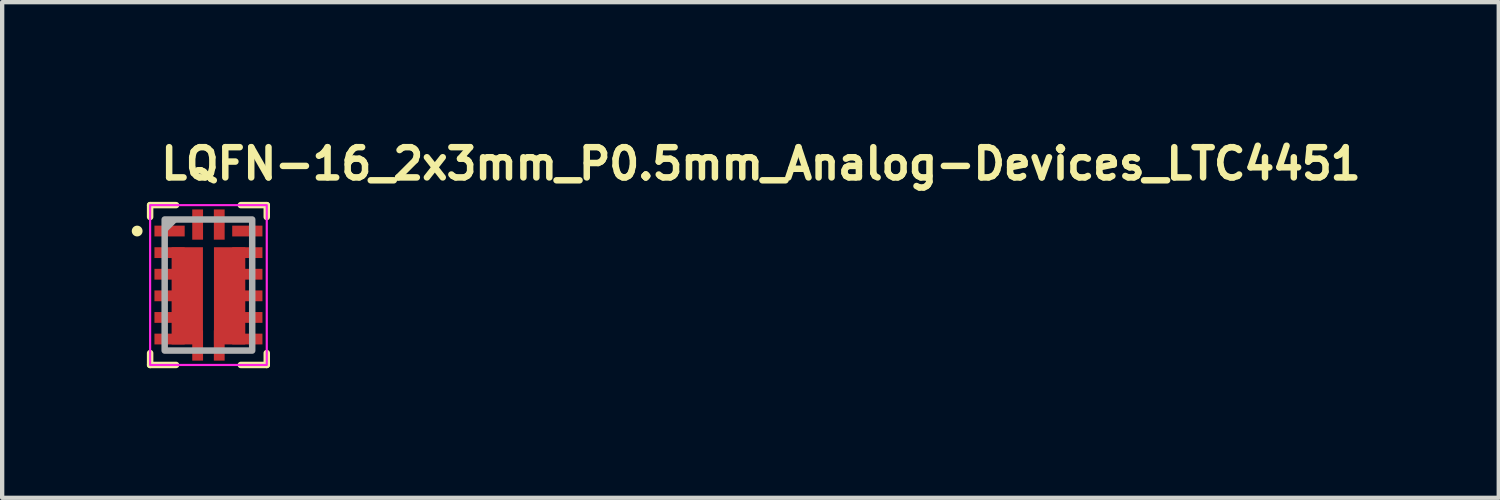
<source format=kicad_pcb>
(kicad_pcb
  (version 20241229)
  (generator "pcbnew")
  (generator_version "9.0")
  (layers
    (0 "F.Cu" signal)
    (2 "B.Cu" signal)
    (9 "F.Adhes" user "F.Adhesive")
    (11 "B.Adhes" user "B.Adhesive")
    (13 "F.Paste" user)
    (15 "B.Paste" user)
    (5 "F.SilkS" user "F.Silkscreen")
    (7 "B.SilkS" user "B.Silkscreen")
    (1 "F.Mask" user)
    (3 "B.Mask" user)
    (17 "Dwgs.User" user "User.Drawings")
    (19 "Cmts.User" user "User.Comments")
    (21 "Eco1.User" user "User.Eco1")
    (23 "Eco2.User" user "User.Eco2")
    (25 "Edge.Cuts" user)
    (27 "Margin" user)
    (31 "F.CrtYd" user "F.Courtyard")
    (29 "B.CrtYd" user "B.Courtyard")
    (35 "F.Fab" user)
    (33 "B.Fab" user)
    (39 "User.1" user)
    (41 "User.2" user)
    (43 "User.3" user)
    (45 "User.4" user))
  (footprint "LQFN-16_2x3mm_P0.5mm_Analog-Devices_LTC4451"
    (layer "F.Cu")
    (at 1.775 3.548)
    (property "Reference" "LQFN-16_2x3mm_P0.5mm_Analog-Devices_LTC4451" (at -1.175 -2.398 0) (layer "F.SilkS") (effects (font (size 0.7 0.7) (thickness 0.15)) (justify left bottom)))
    (attr smd)
    (fp_line (start -1.35 -1.85) (end -1.35 -1.575) (stroke (width 0.15) (type solid)) (layer "F.SilkS"))
    (fp_line (start -1.35 -1.85) (end -0.75 -1.85) (stroke (width 0.15) (type solid)) (layer "F.SilkS"))
    (fp_line (start -1.35 1.85) (end -1.35 1.575) (stroke (width 0.15) (type solid)) (layer "F.SilkS"))
    (fp_line (start -1.35 1.85) (end -0.75 1.85) (stroke (width 0.15) (type solid)) (layer "F.SilkS"))
    (fp_line (start 1.35 -1.85) (end 0.75 -1.85) (stroke (width 0.15) (type solid)) (layer "F.SilkS"))
    (fp_line (start 1.35 -1.85) (end 1.35 -1.575) (stroke (width 0.15) (type solid)) (layer "F.SilkS"))
    (fp_line (start 1.35 1.85) (end 0.75 1.85) (stroke (width 0.15) (type solid)) (layer "F.SilkS"))
    (fp_line (start 1.35 1.85) (end 1.35 1.575) (stroke (width 0.15) (type solid)) (layer "F.SilkS"))
    (fp_circle (center -1.65 -1.25) (end -1.6 -1.25) (stroke (width 0.15) (type solid)) (fill yes) (layer "F.SilkS"))
    (fp_rect (start -1.35 -1.85) (end 1.35 1.85) (stroke (width 0.05) (type solid)) (fill no) (layer "F.CrtYd"))
    (fp_line (start -0.8 -1.5) (end -1 -1.3) (stroke (width 0.15) (type solid)) (layer "F.Fab"))
    (fp_rect (start -1.013 -1.517) (end 1.013 1.517) (stroke (width 0.15) (type solid)) (fill no) (layer "F.Fab"))
    (fp_rect (start -1.013 -1.517) (end 1.013 1.517) (stroke (width 0.1) (type solid)) (fill no) (layer "User.5"))
    (fp_line (start -1.013 -1.375) (end -1.013 -1.121) (stroke (width 0.02) (type solid)) (layer "User.9"))
    (fp_line (start -1.013 -1.121) (end -1 -1.121) (stroke (width 0.02) (type solid)) (layer "User.9"))
    (fp_line (start -1.013 -0.872) (end -1 -0.872) (stroke (width 0.02) (type solid)) (layer "User.9"))
    (fp_line (start -1.013 -0.626) (end -1.013 -0.872) (stroke (width 0.02) (type solid)) (layer "User.9"))
    (fp_line (start -1.013 -0.378) (end -1 -0.378) (stroke (width 0.02) (type solid)) (layer "User.9"))
    (fp_line (start -1.013 -0.125) (end -1.013 -0.378) (stroke (width 0.02) (type solid)) (layer "User.9"))
    (fp_line (start -1.013 0.129) (end -1 0.129) (stroke (width 0.02) (type solid)) (layer "User.9"))
    (fp_line (start -1.013 0.377) (end -1.013 0.129) (stroke (width 0.02) (type solid)) (layer "User.9"))
    (fp_line (start -1.013 0.625) (end -1 0.625) (stroke (width 0.02) (type solid)) (layer "User.9"))
    (fp_line (start -1.013 0.873) (end -1.013 0.625) (stroke (width 0.02) (type solid)) (layer "User.9"))
    (fp_line (start -1.013 1.125) (end -1 1.125) (stroke (width 0.02) (type solid)) (layer "User.9"))
    (fp_line (start -1.013 1.371) (end -1.013 1.125) (stroke (width 0.02) (type solid)) (layer "User.9"))
    (fp_line (start -1 -1.498) (end -1 1.502) (stroke (width 0.02) (type solid)) (layer "User.9"))
    (fp_line (start -1 -1.375) (end -1.013 -1.375) (stroke (width 0.02) (type solid)) (layer "User.9"))
    (fp_line (start -1 -0.626) (end -1.013 -0.626) (stroke (width 0.02) (type solid)) (layer "User.9"))
    (fp_line (start -1 -0.125) (end -1.013 -0.125) (stroke (width 0.02) (type solid)) (layer "User.9"))
    (fp_line (start -1 0.377) (end -1.013 0.377) (stroke (width 0.02) (type solid)) (layer "User.9"))
    (fp_line (start -1 0.873) (end -1.013 0.873) (stroke (width 0.02) (type solid)) (layer "User.9"))
    (fp_line (start -1 1.371) (end -1.013 1.371) (stroke (width 0.02) (type solid)) (layer "User.9"))
    (fp_line (start -1 1.502) (end 1 1.502) (stroke (width 0.02) (type solid)) (layer "User.9"))
    (fp_line (start -0.778 -1.219) (end -0.778 -1.213) (stroke (width 0.02) (type solid)) (layer "User.9"))
    (fp_line (start -0.778 -1.213) (end -0.778 -1.213) (stroke (width 0.02) (type solid)) (layer "User.9"))
    (fp_line (start -0.778 -1.213) (end -0.778 -1.207) (stroke (width 0.02) (type solid)) (layer "User.9"))
    (fp_line (start -0.778 -1.207) (end -0.777 -1.201) (stroke (width 0.02) (type solid)) (layer "User.9"))
    (fp_line (start -0.777 -1.23) (end -0.777 -1.225) (stroke (width 0.02) (type solid)) (layer "User.9"))
    (fp_line (start -0.777 -1.225) (end -0.778 -1.219) (stroke (width 0.02) (type solid)) (layer "User.9"))
    (fp_line (start -0.777 -1.201) (end -0.777 -1.196) (stroke (width 0.02) (type solid)) (layer "User.9"))
    (fp_line (start -0.777 -1.196) (end -0.776 -1.19) (stroke (width 0.02) (type solid)) (layer "User.9"))
    (fp_line (start -0.776 -1.236) (end -0.777 -1.23) (stroke (width 0.02) (type solid)) (layer "User.9"))
    (fp_line (start -0.776 -1.19) (end -0.774 -1.185) (stroke (width 0.02) (type solid)) (layer "User.9"))
    (fp_line (start -0.774 -1.242) (end -0.776 -1.236) (stroke (width 0.02) (type solid)) (layer "User.9"))
    (fp_line (start -0.774 -1.185) (end -0.773 -1.179) (stroke (width 0.02) (type solid)) (layer "User.9"))
    (fp_line (start -0.773 -1.247) (end -0.774 -1.242) (stroke (width 0.02) (type solid)) (layer "User.9"))
    (fp_line (start -0.773 -1.179) (end -0.771 -1.174) (stroke (width 0.02) (type solid)) (layer "User.9"))
    (fp_line (start -0.771 -1.252) (end -0.773 -1.247) (stroke (width 0.02) (type solid)) (layer "User.9"))
    (fp_line (start -0.771 -1.174) (end -0.769 -1.169) (stroke (width 0.02) (type solid)) (layer "User.9"))
    (fp_line (start -0.769 -1.258) (end -0.771 -1.252) (stroke (width 0.02) (type solid)) (layer "User.9"))
    (fp_line (start -0.769 -1.169) (end -0.767 -1.164) (stroke (width 0.02) (type solid)) (layer "User.9"))
    (fp_line (start -0.767 -1.263) (end -0.769 -1.258) (stroke (width 0.02) (type solid)) (layer "User.9"))
    (fp_line (start -0.767 -1.164) (end -0.764 -1.159) (stroke (width 0.02) (type solid)) (layer "User.9"))
    (fp_line (start -0.764 -1.268) (end -0.767 -1.263) (stroke (width 0.02) (type solid)) (layer "User.9"))
    (fp_line (start -0.764 -1.159) (end -0.761 -1.154) (stroke (width 0.02) (type solid)) (layer "User.9"))
    (fp_line (start -0.761 -1.272) (end -0.764 -1.268) (stroke (width 0.02) (type solid)) (layer "User.9"))
    (fp_line (start -0.761 -1.154) (end -0.758 -1.149) (stroke (width 0.02) (type solid)) (layer "User.9"))
    (fp_line (start -0.758 -1.277) (end -0.761 -1.272) (stroke (width 0.02) (type solid)) (layer "User.9"))
    (fp_line (start -0.758 -1.149) (end -0.755 -1.145) (stroke (width 0.02) (type solid)) (layer "User.9"))
    (fp_line (start -0.755 -1.281) (end -0.758 -1.277) (stroke (width 0.02) (type solid)) (layer "User.9"))
    (fp_line (start -0.755 -1.145) (end -0.752 -1.14) (stroke (width 0.02) (type solid)) (layer "User.9"))
    (fp_line (start -0.752 -1.286) (end -0.755 -1.281) (stroke (width 0.02) (type solid)) (layer "User.9"))
    (fp_line (start -0.752 -1.14) (end -0.748 -1.136) (stroke (width 0.02) (type solid)) (layer "User.9"))
    (fp_line (start -0.748 -1.29) (end -0.752 -1.286) (stroke (width 0.02) (type solid)) (layer "User.9"))
    (fp_line (start -0.748 -1.136) (end -0.744 -1.132) (stroke (width 0.02) (type solid)) (layer "User.9"))
    (fp_line (start -0.744 -1.294) (end -0.748 -1.29) (stroke (width 0.02) (type solid)) (layer "User.9"))
    (fp_line (start -0.744 -1.132) (end -0.74 -1.129) (stroke (width 0.02) (type solid)) (layer "User.9"))
    (fp_line (start -0.74 -1.298) (end -0.744 -1.294) (stroke (width 0.02) (type solid)) (layer "User.9"))
    (fp_line (start -0.74 -1.129) (end -0.736 -1.125) (stroke (width 0.02) (type solid)) (layer "User.9"))
    (fp_line (start -0.736 -1.301) (end -0.74 -1.298) (stroke (width 0.02) (type solid)) (layer "User.9"))
    (fp_line (start -0.736 -1.125) (end -0.732 -1.122) (stroke (width 0.02) (type solid)) (layer "User.9"))
    (fp_line (start -0.732 -1.305) (end -0.736 -1.301) (stroke (width 0.02) (type solid)) (layer "User.9"))
    (fp_line (start -0.732 -1.122) (end -0.728 -1.118) (stroke (width 0.02) (type solid)) (layer "User.9"))
    (fp_line (start -0.728 -1.308) (end -0.732 -1.305) (stroke (width 0.02) (type solid)) (layer "User.9"))
    (fp_line (start -0.728 -1.118) (end -0.723 -1.115) (stroke (width 0.02) (type solid)) (layer "User.9"))
    (fp_line (start -0.723 -1.311) (end -0.728 -1.308) (stroke (width 0.02) (type solid)) (layer "User.9"))
    (fp_line (start -0.723 -1.115) (end -0.718 -1.113) (stroke (width 0.02) (type solid)) (layer "User.9"))
    (fp_line (start -0.718 -1.314) (end -0.723 -1.311) (stroke (width 0.02) (type solid)) (layer "User.9"))
    (fp_line (start -0.718 -1.113) (end -0.713 -1.11) (stroke (width 0.02) (type solid)) (layer "User.9"))
    (fp_line (start -0.713 -1.316) (end -0.718 -1.314) (stroke (width 0.02) (type solid)) (layer "User.9"))
    (fp_line (start -0.713 -1.11) (end -0.708 -1.108) (stroke (width 0.02) (type solid)) (layer "User.9"))
    (fp_line (start -0.708 -1.318) (end -0.713 -1.316) (stroke (width 0.02) (type solid)) (layer "User.9"))
    (fp_line (start -0.708 -1.108) (end -0.703 -1.106) (stroke (width 0.02) (type solid)) (layer "User.9"))
    (fp_line (start -0.703 -1.32) (end -0.708 -1.318) (stroke (width 0.02) (type solid)) (layer "User.9"))
    (fp_line (start -0.703 -1.106) (end -0.698 -1.104) (stroke (width 0.02) (type solid)) (layer "User.9"))
    (fp_line (start -0.698 -1.322) (end -0.703 -1.32) (stroke (width 0.02) (type solid)) (layer "User.9"))
    (fp_line (start -0.698 -1.104) (end -0.692 -1.102) (stroke (width 0.02) (type solid)) (layer "User.9"))
    (fp_line (start -0.692 -1.324) (end -0.698 -1.322) (stroke (width 0.02) (type solid)) (layer "User.9"))
    (fp_line (start -0.692 -1.102) (end -0.687 -1.101) (stroke (width 0.02) (type solid)) (layer "User.9"))
    (fp_line (start -0.687 -1.325) (end -0.692 -1.324) (stroke (width 0.02) (type solid)) (layer "User.9"))
    (fp_line (start -0.687 -1.101) (end -0.681 -1.1) (stroke (width 0.02) (type solid)) (layer "User.9"))
    (fp_line (start -0.681 -1.326) (end -0.687 -1.325) (stroke (width 0.02) (type solid)) (layer "User.9"))
    (fp_line (start -0.681 -1.1) (end -0.675 -1.099) (stroke (width 0.02) (type solid)) (layer "User.9"))
    (fp_line (start -0.675 -1.327) (end -0.681 -1.326) (stroke (width 0.02) (type solid)) (layer "User.9"))
    (fp_line (start -0.675 -1.099) (end -0.67 -1.099) (stroke (width 0.02) (type solid)) (layer "User.9"))
    (fp_line (start -0.67 -1.327) (end -0.675 -1.327) (stroke (width 0.02) (type solid)) (layer "User.9"))
    (fp_line (start -0.67 -1.099) (end -0.664 -1.099) (stroke (width 0.02) (type solid)) (layer "User.9"))
    (fp_line (start -0.664 -1.327) (end -0.67 -1.327) (stroke (width 0.02) (type solid)) (layer "User.9"))
    (fp_line (start -0.664 -1.327) (end -0.664 -1.327) (stroke (width 0.02) (type solid)) (layer "User.9"))
    (fp_line (start -0.664 -1.099) (end -0.664 -1.099) (stroke (width 0.02) (type solid)) (layer "User.9"))
    (fp_line (start -0.664 -1.099) (end -0.658 -1.099) (stroke (width 0.02) (type solid)) (layer "User.9"))
    (fp_line (start -0.658 -1.327) (end -0.664 -1.327) (stroke (width 0.02) (type solid)) (layer "User.9"))
    (fp_line (start -0.658 -1.099) (end -0.652 -1.099) (stroke (width 0.02) (type solid)) (layer "User.9"))
    (fp_line (start -0.652 -1.327) (end -0.658 -1.327) (stroke (width 0.02) (type solid)) (layer "User.9"))
    (fp_line (start -0.652 -1.099) (end -0.646 -1.1) (stroke (width 0.02) (type solid)) (layer "User.9"))
    (fp_line (start -0.646 -1.326) (end -0.652 -1.327) (stroke (width 0.02) (type solid)) (layer "User.9"))
    (fp_line (start -0.646 -1.1) (end -0.641 -1.101) (stroke (width 0.02) (type solid)) (layer "User.9"))
    (fp_line (start -0.641 -1.325) (end -0.646 -1.326) (stroke (width 0.02) (type solid)) (layer "User.9"))
    (fp_line (start -0.641 -1.101) (end -0.635 -1.102) (stroke (width 0.02) (type solid)) (layer "User.9"))
    (fp_line (start -0.635 -1.324) (end -0.641 -1.325) (stroke (width 0.02) (type solid)) (layer "User.9"))
    (fp_line (start -0.635 -1.102) (end -0.63 -1.104) (stroke (width 0.02) (type solid)) (layer "User.9"))
    (fp_line (start -0.63 -1.322) (end -0.635 -1.324) (stroke (width 0.02) (type solid)) (layer "User.9"))
    (fp_line (start -0.63 -1.104) (end -0.624 -1.106) (stroke (width 0.02) (type solid)) (layer "User.9"))
    (fp_line (start -0.624 -1.32) (end -0.63 -1.322) (stroke (width 0.02) (type solid)) (layer "User.9"))
    (fp_line (start -0.624 -1.106) (end -0.619 -1.108) (stroke (width 0.02) (type solid)) (layer "User.9"))
    (fp_line (start -0.619 -1.318) (end -0.624 -1.32) (stroke (width 0.02) (type solid)) (layer "User.9"))
    (fp_line (start -0.619 -1.108) (end -0.614 -1.11) (stroke (width 0.02) (type solid)) (layer "User.9"))
    (fp_line (start -0.614 -1.316) (end -0.619 -1.318) (stroke (width 0.02) (type solid)) (layer "User.9"))
    (fp_line (start -0.614 -1.11) (end -0.609 -1.113) (stroke (width 0.02) (type solid)) (layer "User.9"))
    (fp_line (start -0.609 -1.314) (end -0.614 -1.316) (stroke (width 0.02) (type solid)) (layer "User.9"))
    (fp_line (start -0.609 -1.113) (end -0.604 -1.115) (stroke (width 0.02) (type solid)) (layer "User.9"))
    (fp_line (start -0.604 -1.311) (end -0.609 -1.314) (stroke (width 0.02) (type solid)) (layer "User.9"))
    (fp_line (start -0.604 -1.115) (end -0.6 -1.118) (stroke (width 0.02) (type solid)) (layer "User.9"))
    (fp_line (start -0.6 -1.308) (end -0.604 -1.311) (stroke (width 0.02) (type solid)) (layer "User.9"))
    (fp_line (start -0.6 -1.118) (end -0.595 -1.122) (stroke (width 0.02) (type solid)) (layer "User.9"))
    (fp_line (start -0.595 -1.305) (end -0.6 -1.308) (stroke (width 0.02) (type solid)) (layer "User.9"))
    (fp_line (start -0.595 -1.122) (end -0.591 -1.125) (stroke (width 0.02) (type solid)) (layer "User.9"))
    (fp_line (start -0.591 -1.301) (end -0.595 -1.305) (stroke (width 0.02) (type solid)) (layer "User.9"))
    (fp_line (start -0.591 -1.125) (end -0.587 -1.129) (stroke (width 0.02) (type solid)) (layer "User.9"))
    (fp_line (start -0.587 -1.298) (end -0.591 -1.301) (stroke (width 0.02) (type solid)) (layer "User.9"))
    (fp_line (start -0.587 -1.129) (end -0.583 -1.132) (stroke (width 0.02) (type solid)) (layer "User.9"))
    (fp_line (start -0.583 -1.294) (end -0.587 -1.298) (stroke (width 0.02) (type solid)) (layer "User.9"))
    (fp_line (start -0.583 -1.132) (end -0.579 -1.136) (stroke (width 0.02) (type solid)) (layer "User.9"))
    (fp_line (start -0.579 -1.29) (end -0.583 -1.294) (stroke (width 0.02) (type solid)) (layer "User.9"))
    (fp_line (start -0.579 -1.136) (end -0.575 -1.14) (stroke (width 0.02) (type solid)) (layer "User.9"))
    (fp_line (start -0.575 -1.286) (end -0.579 -1.29) (stroke (width 0.02) (type solid)) (layer "User.9"))
    (fp_line (start -0.575 -1.14) (end -0.572 -1.145) (stroke (width 0.02) (type solid)) (layer "User.9"))
    (fp_line (start -0.572 -1.281) (end -0.575 -1.286) (stroke (width 0.02) (type solid)) (layer "User.9"))
    (fp_line (start -0.572 -1.145) (end -0.569 -1.149) (stroke (width 0.02) (type solid)) (layer "User.9"))
    (fp_line (start -0.569 -1.277) (end -0.572 -1.281) (stroke (width 0.02) (type solid)) (layer "User.9"))
    (fp_line (start -0.569 -1.149) (end -0.566 -1.154) (stroke (width 0.02) (type solid)) (layer "User.9"))
    (fp_line (start -0.566 -1.272) (end -0.569 -1.277) (stroke (width 0.02) (type solid)) (layer "User.9"))
    (fp_line (start -0.566 -1.154) (end -0.563 -1.159) (stroke (width 0.02) (type solid)) (layer "User.9"))
    (fp_line (start -0.563 -1.268) (end -0.566 -1.272) (stroke (width 0.02) (type solid)) (layer "User.9"))
    (fp_line (start -0.563 -1.159) (end -0.561 -1.164) (stroke (width 0.02) (type solid)) (layer "User.9"))
    (fp_line (start -0.561 -1.263) (end -0.563 -1.268) (stroke (width 0.02) (type solid)) (layer "User.9"))
    (fp_line (start -0.561 -1.164) (end -0.558 -1.169) (stroke (width 0.02) (type solid)) (layer "User.9"))
    (fp_line (start -0.558 -1.258) (end -0.561 -1.263) (stroke (width 0.02) (type solid)) (layer "User.9"))
    (fp_line (start -0.558 -1.169) (end -0.556 -1.174) (stroke (width 0.02) (type solid)) (layer "User.9"))
    (fp_line (start -0.556 -1.252) (end -0.558 -1.258) (stroke (width 0.02) (type solid)) (layer "User.9"))
    (fp_line (start -0.556 -1.174) (end -0.555 -1.179) (stroke (width 0.02) (type solid)) (layer "User.9"))
    (fp_line (start -0.555 -1.247) (end -0.556 -1.252) (stroke (width 0.02) (type solid)) (layer "User.9"))
    (fp_line (start -0.555 -1.179) (end -0.553 -1.185) (stroke (width 0.02) (type solid)) (layer "User.9"))
    (fp_line (start -0.553 -1.242) (end -0.555 -1.247) (stroke (width 0.02) (type solid)) (layer "User.9"))
    (fp_line (start -0.553 -1.185) (end -0.552 -1.19) (stroke (width 0.02) (type solid)) (layer "User.9"))
    (fp_line (start -0.552 -1.236) (end -0.553 -1.242) (stroke (width 0.02) (type solid)) (layer "User.9"))
    (fp_line (start -0.552 -1.19) (end -0.551 -1.196) (stroke (width 0.02) (type solid)) (layer "User.9"))
    (fp_line (start -0.551 -1.23) (end -0.552 -1.236) (stroke (width 0.02) (type solid)) (layer "User.9"))
    (fp_line (start -0.551 -1.196) (end -0.55 -1.201) (stroke (width 0.02) (type solid)) (layer "User.9"))
    (fp_line (start -0.55 -1.225) (end -0.551 -1.23) (stroke (width 0.02) (type solid)) (layer "User.9"))
    (fp_line (start -0.55 -1.219) (end -0.55 -1.225) (stroke (width 0.02) (type solid)) (layer "User.9"))
    (fp_line (start -0.55 -1.207) (end -0.549 -1.213) (stroke (width 0.02) (type solid)) (layer "User.9"))
    (fp_line (start -0.55 -1.201) (end -0.55 -1.207) (stroke (width 0.02) (type solid)) (layer "User.9"))
    (fp_line (start -0.549 -1.213) (end -0.55 -1.219) (stroke (width 0.02) (type solid)) (layer "User.9"))
    (fp_line (start -0.549 -1.213) (end -0.549 -1.213) (stroke (width 0.02) (type solid)) (layer "User.9"))
    (fp_line (start -0.549 -1.213) (end -0.549 -1.213) (stroke (width 0.02) (type solid)) (layer "User.9"))
    (fp_line (start -0.375 1.518) (end -0.375 1.502) (stroke (width 0.02) (type solid)) (layer "User.9"))
    (fp_line (start -0.371 -1.517) (end -0.371 -1.498) (stroke (width 0.02) (type solid)) (layer "User.9"))
    (fp_line (start -0.123 1.502) (end -0.123 1.518) (stroke (width 0.02) (type solid)) (layer "User.9"))
    (fp_line (start -0.123 1.518) (end -0.375 1.518) (stroke (width 0.02) (type solid)) (layer "User.9"))
    (fp_line (start -0.119 -1.517) (end -0.371 -1.517) (stroke (width 0.02) (type solid)) (layer "User.9"))
    (fp_line (start -0.119 -1.498) (end -0.119 -1.517) (stroke (width 0.02) (type solid)) (layer "User.9"))
    (fp_line (start 0.119 -1.517) (end 0.371 -1.517) (stroke (width 0.02) (type solid)) (layer "User.9"))
    (fp_line (start 0.119 -1.498) (end 0.119 -1.517) (stroke (width 0.02) (type solid)) (layer "User.9"))
    (fp_line (start 0.123 1.502) (end 0.123 1.518) (stroke (width 0.02) (type solid)) (layer "User.9"))
    (fp_line (start 0.123 1.518) (end 0.375 1.518) (stroke (width 0.02) (type solid)) (layer "User.9"))
    (fp_line (start 0.371 -1.517) (end 0.371 -1.498) (stroke (width 0.02) (type solid)) (layer "User.9"))
    (fp_line (start 0.375 1.518) (end 0.375 1.502) (stroke (width 0.02) (type solid)) (layer "User.9"))
    (fp_line (start 1 -1.498) (end -1 -1.498) (stroke (width 0.02) (type solid)) (layer "User.9"))
    (fp_line (start 1 -1.375) (end 1.013 -1.375) (stroke (width 0.02) (type solid)) (layer "User.9"))
    (fp_line (start 1 -0.626) (end 1.013 -0.626) (stroke (width 0.02) (type solid)) (layer "User.9"))
    (fp_line (start 1 -0.125) (end 1.013 -0.125) (stroke (width 0.02) (type solid)) (layer "User.9"))
    (fp_line (start 1 0.377) (end 1.013 0.377) (stroke (width 0.02) (type solid)) (layer "User.9"))
    (fp_line (start 1 0.873) (end 1.013 0.873) (stroke (width 0.02) (type solid)) (layer "User.9"))
    (fp_line (start 1 1.371) (end 1.013 1.371) (stroke (width 0.02) (type solid)) (layer "User.9"))
    (fp_line (start 1 1.502) (end 1 -1.498) (stroke (width 0.02) (type solid)) (layer "User.9"))
    (fp_line (start 1.013 -1.375) (end 1.013 -1.121) (stroke (width 0.02) (type solid)) (layer "User.9"))
    (fp_line (start 1.013 -1.121) (end 1 -1.121) (stroke (width 0.02) (type solid)) (layer "User.9"))
    (fp_line (start 1.013 -0.872) (end 1 -0.872) (stroke (width 0.02) (type solid)) (layer "User.9"))
    (fp_line (start 1.013 -0.626) (end 1.013 -0.872) (stroke (width 0.02) (type solid)) (layer "User.9"))
    (fp_line (start 1.013 -0.378) (end 1 -0.378) (stroke (width 0.02) (type solid)) (layer "User.9"))
    (fp_line (start 1.013 -0.125) (end 1.013 -0.378) (stroke (width 0.02) (type solid)) (layer "User.9"))
    (fp_line (start 1.013 0.129) (end 1 0.129) (stroke (width 0.02) (type solid)) (layer "User.9"))
    (fp_line (start 1.013 0.377) (end 1.013 0.129) (stroke (width 0.02) (type solid)) (layer "User.9"))
    (fp_line (start 1.013 0.625) (end 1 0.625) (stroke (width 0.02) (type solid)) (layer "User.9"))
    (fp_line (start 1.013 0.873) (end 1.013 0.625) (stroke (width 0.02) (type solid)) (layer "User.9"))
    (fp_line (start 1.013 1.125) (end 1 1.125) (stroke (width 0.02) (type solid)) (layer "User.9"))
    (fp_line (start 1.013 1.371) (end 1.013 1.125) (stroke (width 0.02) (type solid)) (layer "User.9"))
    (pad "1" smd rect (at -0.9 -1.25) (size 0.7 0.25) (layers "F.Cu" "F.Mask" "F.Paste"))
    (pad "2" smd rect (at -0.9 -0.75) (size 0.7 0.25) (layers "F.Cu" "F.Mask" "F.Paste"))
    (pad "3" smd rect (at -0.9 -0.25) (size 0.7 0.25) (layers "F.Cu" "F.Mask" "F.Paste"))
    (pad "4" smd rect (at -0.9 0.25) (size 0.7 0.25) (layers "F.Cu" "F.Mask" "F.Paste"))
    (pad "5" smd rect (at -0.9 0.75) (size 0.7 0.25) (layers "F.Cu" "F.Mask" "F.Paste"))
    (pad "6" smd rect (at -0.9 1.25) (size 0.7 0.25) (layers "F.Cu" "F.Mask" "F.Paste"))
    (pad "7" smd rect (at -0.49 0.25) (size 0.725 2.25) (layers "F.Cu" "F.Mask" "F.Paste"))
    (pad "7" smd rect (at -0.25 1.4) (size 0.25 0.7) (layers "F.Cu" "F.Mask" "F.Paste"))
    (pad "8" smd rect (at 0.25 1.4) (size 0.25 0.7) (layers "F.Cu" "F.Mask" "F.Paste"))
    (pad "8" smd rect (at 0.49 0.25) (size 0.725 2.25) (layers "F.Cu" "F.Mask" "F.Paste"))
    (pad "9" smd rect (at 0.9 1.25) (size 0.7 0.25) (layers "F.Cu" "F.Mask" "F.Paste"))
    (pad "10" smd rect (at 0.9 0.75) (size 0.7 0.25) (layers "F.Cu" "F.Mask" "F.Paste"))
    (pad "11" smd rect (at 0.9 0.25) (size 0.7 0.25) (layers "F.Cu" "F.Mask" "F.Paste"))
    (pad "12" smd rect (at 0.9 -0.25) (size 0.7 0.25) (layers "F.Cu" "F.Mask" "F.Paste"))
    (pad "13" smd rect (at 0.9 -0.75) (size 0.7 0.25) (layers "F.Cu" "F.Mask" "F.Paste"))
    (pad "14" smd rect (at 0.9 -1.25) (size 0.7 0.25) (layers "F.Cu" "F.Mask" "F.Paste"))
    (pad "15" smd rect (at 0.25 -1.4) (size 0.25 0.7) (layers "F.Cu" "F.Mask" "F.Paste"))
    (pad "16" smd rect (at -0.25 -1.4) (size 0.25 0.7) (layers "F.Cu" "F.Mask" "F.Paste")))
  (gr_rect
    (start -3 -3)
    (end 31.643 8.473)
    (stroke (width 0.1) (type default))
    (fill no)
    (layer "Edge.Cuts")))
</source>
